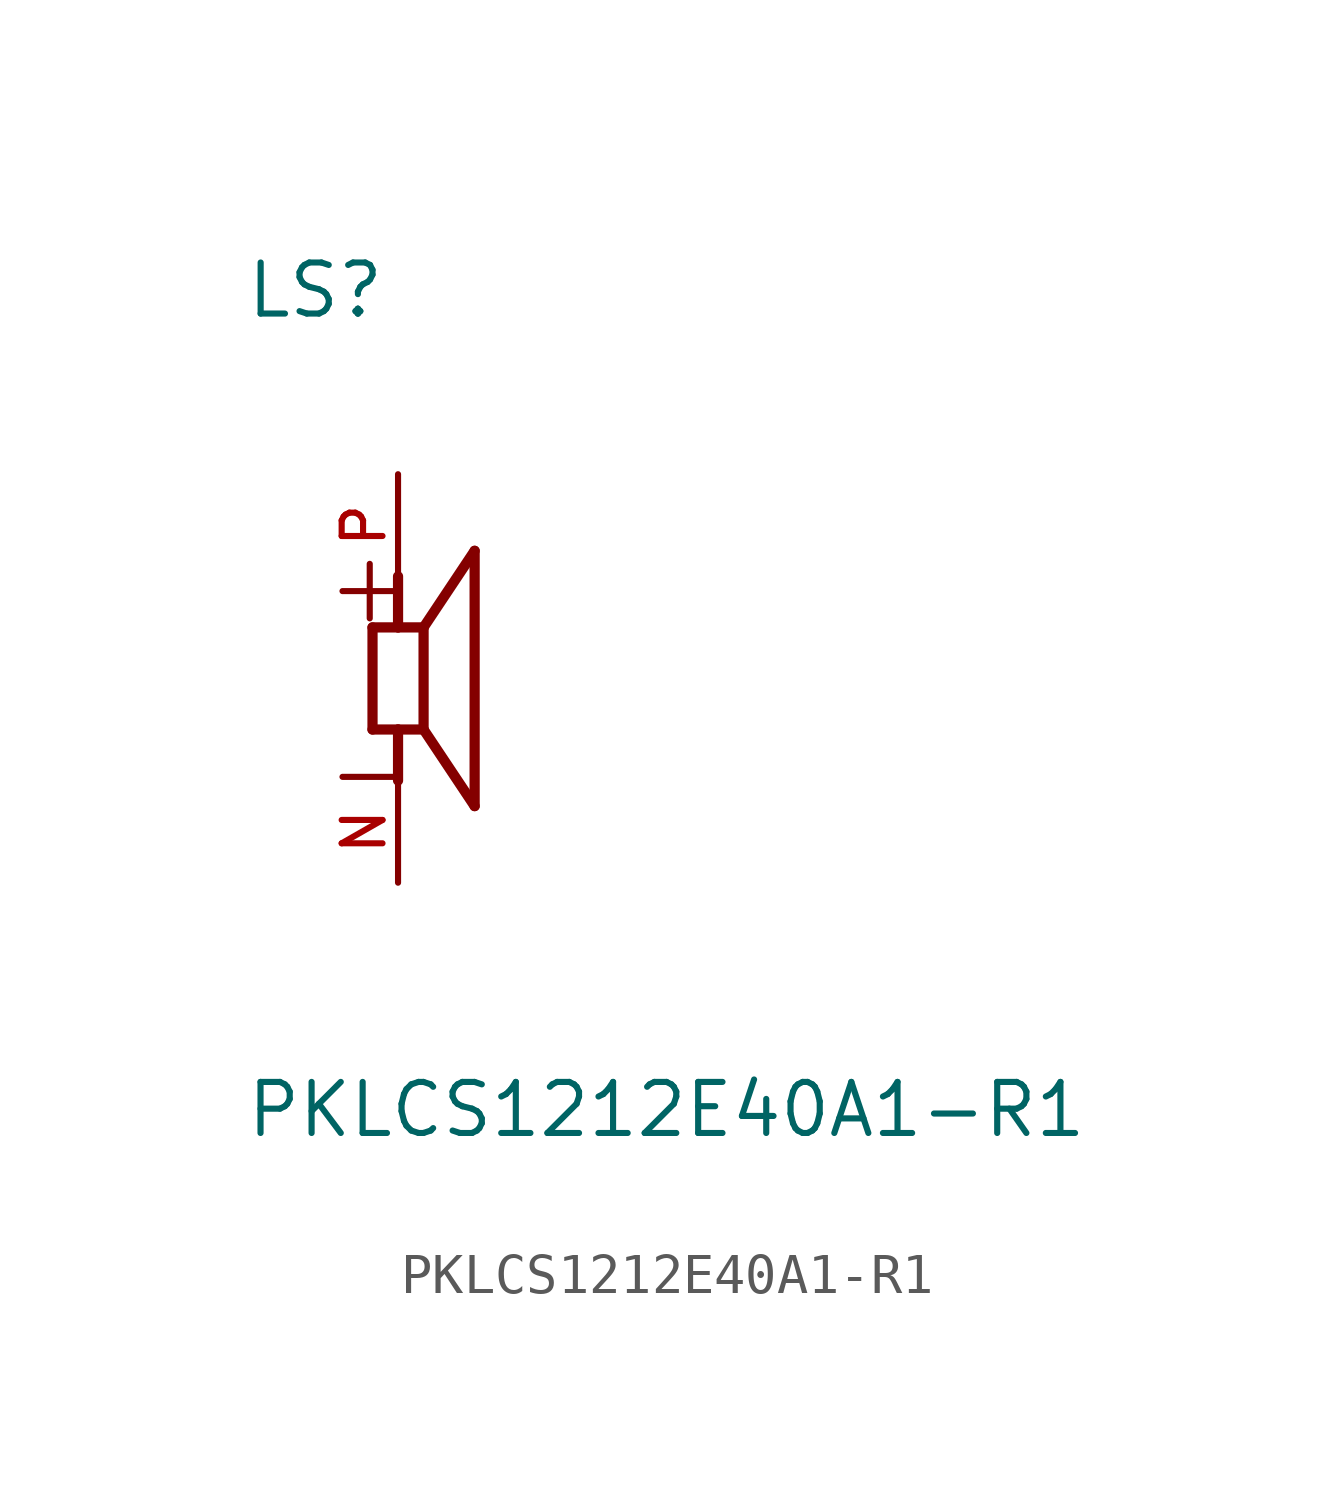
<source format=kicad_sym>
(kicad_symbol_lib
  (version 20211014)
  (generator kicad_symbol_editor)
  (symbol "PKLCS1212E40A1-R1"
    (pin_names
      (offset 1.016))
    (property "Reference" "LS"
      (at -3.82 8.913 0)
      (effects (font (size 1.27 1.27)) (justify bottom left)))
    (property "Value" "PKLCS1212E40A1-R1"
      (at -3.823 -11.469 0)
      (effects (font (size 1.27 1.27)) (justify bottom left)))
    (symbol "PKLCS1212E40A1-R1_0_0"
      (polyline (pts (xy -0.635 1.27) (xy 0.0 1.27)) (stroke (width 0.254)))
      (polyline (pts (xy 0.0 1.27) (xy 0.635 1.27)) (stroke (width 0.254)))
      (polyline (pts (xy 0.635 1.27) (xy 0.635 -1.27)) (stroke (width 0.254)))
      (polyline (pts (xy 0.635 -1.27) (xy 0.0 -1.27)) (stroke (width 0.254)))
      (polyline (pts (xy 0.0 -1.27) (xy -0.635 -1.27)) (stroke (width 0.254)))
      (polyline (pts (xy -0.635 -1.27) (xy -0.635 1.27)) (stroke (width 0.254)))
      (polyline (pts (xy 0.635 1.27) (xy 1.905 3.175)) (stroke (width 0.254)))
      (polyline (pts (xy 1.905 3.175) (xy 1.905 -3.175)) (stroke (width 0.254)))
      (polyline (pts (xy 1.905 -3.175) (xy 0.635 -1.27)) (stroke (width 0.254)))
      (polyline (pts (xy 0.0 1.27) (xy 0.0 2.54)) (stroke (width 0.254)))
      (polyline (pts (xy 0.0 -1.27) (xy 0.0 -2.54)) (stroke (width 0.254)))
      (text "+" (at -1.905 1.27 0) (effects (font (size 1.778 1.778)) (justify bottom left)))
      (text "-" (at -1.905 -1.27 0) (effects (font (size 1.778 1.778)) (justify top left)))
      (pin passive line (at 0.0 5.08 270.0) (length 2.54) (name "~" (effects (font (size 1.016 1.016)))) (number "P" (effects (font (size 1.016 1.016)))))
      (pin passive line (at 0.0 -5.08 90.0) (length 2.54) (name "~" (effects (font (size 1.016 1.016)))) (number "N" (effects (font (size 1.016 1.016))))))))
</source>
